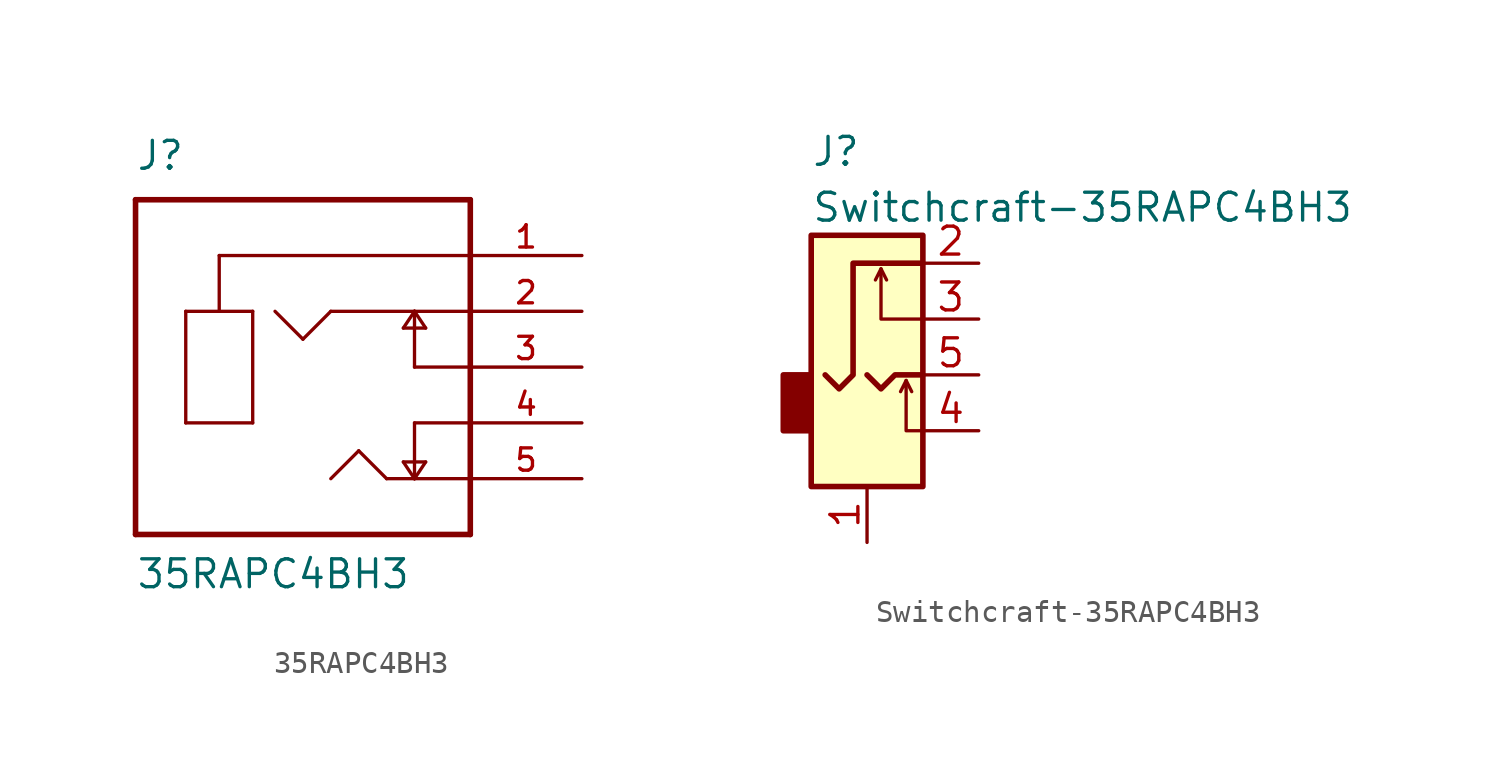
<source format=kicad_sym>
(kicad_symbol_lib
  (version 20211014)
  (generator kicad_symbol_editor)
  (symbol "35RAPC4BH3"
    (pin_names
      (offset 1.016) hide)
    (property "Reference" "J"
      (at -7.62 8.89 0)
      (effects (font (size 1.27 1.27)) (justify left bottom)))
    (property "Value" "35RAPC4BH3"
      (at -7.62 -10.16 0)
      (effects (font (size 1.27 1.27)) (justify left bottom)))
    (property "ki_locked" ""
      (at 0 0 0)
      (effects (font (size 1.27 1.27))))
    (symbol "35RAPC4BH3_0_0"
      (polyline (pts (xy -7.62 -7.62) (xy -7.62 7.62)) (stroke (width 0.254) (type default) (color 0 0 0 0)) (fill (type none)))
      (polyline (pts (xy -7.62 7.62) (xy 7.62 7.62)) (stroke (width 0.254) (type default) (color 0 0 0 0)) (fill (type none)))
      (polyline (pts (xy -5.334 -2.54) (xy -2.286 -2.54)) (stroke (width 0.152) (type default) (color 0 0 0 0)) (fill (type none)))
      (polyline (pts (xy -5.334 2.54) (xy -5.334 -2.54)) (stroke (width 0.152) (type default) (color 0 0 0 0)) (fill (type none)))
      (polyline (pts (xy -3.81 2.54) (xy -5.334 2.54)) (stroke (width 0.152) (type default) (color 0 0 0 0)) (fill (type none)))
      (polyline (pts (xy -3.81 5.08) (xy -3.81 2.54)) (stroke (width 0.152) (type default) (color 0 0 0 0)) (fill (type none)))
      (polyline (pts (xy -2.286 -2.54) (xy -2.286 2.54)) (stroke (width 0.152) (type default) (color 0 0 0 0)) (fill (type none)))
      (polyline (pts (xy -2.286 2.54) (xy -3.81 2.54)) (stroke (width 0.152) (type default) (color 0 0 0 0)) (fill (type none)))
      (polyline (pts (xy 0 1.27) (xy -1.27 2.54)) (stroke (width 0.152) (type default) (color 0 0 0 0)) (fill (type none)))
      (polyline (pts (xy 1.27 -5.08) (xy 2.54 -3.81)) (stroke (width 0.152) (type default) (color 0 0 0 0)) (fill (type none)))
      (polyline (pts (xy 1.27 2.54) (xy 0 1.27)) (stroke (width 0.152) (type default) (color 0 0 0 0)) (fill (type none)))
      (polyline (pts (xy 2.54 -3.81) (xy 3.81 -5.08)) (stroke (width 0.152) (type default) (color 0 0 0 0)) (fill (type none)))
      (polyline (pts (xy 3.81 -5.08) (xy 5.08 -5.08)) (stroke (width 0.152) (type default) (color 0 0 0 0)) (fill (type none)))
      (polyline (pts (xy 4.572 -4.318) (xy 5.08 -5.08)) (stroke (width 0.152) (type default) (color 0 0 0 0)) (fill (type none)))
      (polyline (pts (xy 4.572 1.778) (xy 5.08 1.778)) (stroke (width 0.152) (type default) (color 0 0 0 0)) (fill (type none)))
      (polyline (pts (xy 5.08 -5.08) (xy 5.08 -4.318)) (stroke (width 0.152) (type default) (color 0 0 0 0)) (fill (type none)))
      (polyline (pts (xy 5.08 -5.08) (xy 5.588 -4.318)) (stroke (width 0.152) (type default) (color 0 0 0 0)) (fill (type none)))
      (polyline (pts (xy 5.08 -5.08) (xy 7.62 -5.08)) (stroke (width 0.152) (type default) (color 0 0 0 0)) (fill (type none)))
      (polyline (pts (xy 5.08 -4.318) (xy 4.572 -4.318)) (stroke (width 0.152) (type default) (color 0 0 0 0)) (fill (type none)))
      (polyline (pts (xy 5.08 -4.318) (xy 5.08 -2.54)) (stroke (width 0.152) (type default) (color 0 0 0 0)) (fill (type none)))
      (polyline (pts (xy 5.08 -2.54) (xy 7.62 -2.54)) (stroke (width 0.152) (type default) (color 0 0 0 0)) (fill (type none)))
      (polyline (pts (xy 5.08 0) (xy 7.62 0)) (stroke (width 0.152) (type default) (color 0 0 0 0)) (fill (type none)))
      (polyline (pts (xy 5.08 1.778) (xy 5.08 0)) (stroke (width 0.152) (type default) (color 0 0 0 0)) (fill (type none)))
      (polyline (pts (xy 5.08 1.778) (xy 5.08 2.54)) (stroke (width 0.152) (type default) (color 0 0 0 0)) (fill (type none)))
      (polyline (pts (xy 5.08 1.778) (xy 5.588 1.778)) (stroke (width 0.152) (type default) (color 0 0 0 0)) (fill (type none)))
      (polyline (pts (xy 5.08 2.54) (xy 1.27 2.54)) (stroke (width 0.152) (type default) (color 0 0 0 0)) (fill (type none)))
      (polyline (pts (xy 5.08 2.54) (xy 4.572 1.778)) (stroke (width 0.152) (type default) (color 0 0 0 0)) (fill (type none)))
      (polyline (pts (xy 5.588 -4.318) (xy 5.08 -4.318)) (stroke (width 0.152) (type default) (color 0 0 0 0)) (fill (type none)))
      (polyline (pts (xy 5.588 1.778) (xy 5.08 2.54)) (stroke (width 0.152) (type default) (color 0 0 0 0)) (fill (type none)))
      (polyline (pts (xy 7.62 -7.62) (xy -7.62 -7.62)) (stroke (width 0.254) (type default) (color 0 0 0 0)) (fill (type none)))
      (polyline (pts (xy 7.62 -5.08) (xy 7.62 -7.62)) (stroke (width 0.254) (type default) (color 0 0 0 0)) (fill (type none)))
      (polyline (pts (xy 7.62 2.54) (xy 5.08 2.54)) (stroke (width 0.152) (type default) (color 0 0 0 0)) (fill (type none)))
      (polyline (pts (xy 7.62 5.08) (xy -3.81 5.08)) (stroke (width 0.152) (type default) (color 0 0 0 0)) (fill (type none)))
      (polyline (pts (xy 7.62 7.62) (xy 7.62 -5.08)) (stroke (width 0.254) (type default) (color 0 0 0 0)) (fill (type none)))
      (pin passive line (at 12.7 5.08 180) (length 5.08) (name "1" (effects (font (size 1.016 1.016)))) (number "1" (effects (font (size 1.016 1.016)))))
      (pin passive line (at 12.7 2.54 180) (length 5.08) (name "2" (effects (font (size 1.016 1.016)))) (number "2" (effects (font (size 1.016 1.016)))))
      (pin passive line (at 12.7 0 180) (length 5.08) (name "3" (effects (font (size 1.016 1.016)))) (number "3" (effects (font (size 1.016 1.016)))))
      (pin passive line (at 12.7 -2.54 180) (length 5.08) (name "4" (effects (font (size 1.016 1.016)))) (number "4" (effects (font (size 1.016 1.016)))))
      (pin passive line (at 12.7 -5.08 180) (length 5.08) (name "5" (effects (font (size 1.016 1.016)))) (number "5" (effects (font (size 1.016 1.016)))))))
  (symbol "Switchcraft-35RAPC4BH3"
    (pin_names
      (offset 0.025) hide)
    (property "Reference" "J"
      (at -2.54 11.43 0)
      (effects (font (size 1.27 1.27)) (justify left)))
    (property "Value" "Switchcraft-35RAPC4BH3"
      (at -2.54 8.89 0)
      (effects (font (size 1.27 1.27)) (justify left)))
    (symbol "Switchcraft-35RAPC4BH3_0_0"
      (pin passive line (at 5.08 6.35 180) (length 2.54) (name "2" (effects (font (size 1.27 1.27)))) (number "2" (effects (font (size 1.27 1.27))))))
    (symbol "Switchcraft-35RAPC4BH3_1_1"
      (rectangle (start -2.54 -1.27) (end -3.81 1.27) (stroke (width 0.254) (type default) (color 0 0 0 0)) (fill (type outline)))
      (polyline (pts (xy 0.635 6.096) (xy 0.889 5.588)) (stroke (width 0) (type default) (color 0 0 0 0)) (fill (type none)))
      (polyline (pts (xy 1.778 1.016) (xy 2.032 0.508)) (stroke (width 0) (type default) (color 0 0 0 0)) (fill (type none)))
      (polyline (pts (xy 0 1.27) (xy 0.635 0.635) (xy 1.27 1.27) (xy 2.54 1.27)) (stroke (width 0.254) (type default) (color 0 0 0 0)) (fill (type none)))
      (polyline (pts (xy 2.54 -1.27) (xy 1.778 -1.27) (xy 1.778 1.016) (xy 1.524 0.508)) (stroke (width 0) (type default) (color 0 0 0 0)) (fill (type none)))
      (polyline (pts (xy 2.54 3.81) (xy 0.635 3.81) (xy 0.635 6.096) (xy 0.381 5.588)) (stroke (width 0) (type default) (color 0 0 0 0)) (fill (type none)))
      (polyline (pts (xy 2.54 6.35) (xy -0.635 6.35) (xy -0.635 1.27) (xy -1.27 0.635) (xy -1.905 1.27)) (stroke (width 0.254) (type default) (color 0 0 0 0)) (fill (type none)))
      (rectangle (start 2.54 7.62) (end -2.54 -3.81) (stroke (width 0.254) (type default) (color 0 0 0 0)) (fill (type background)))
      (pin passive line (at 0 -6.35 90) (length 2.54) (name "1" (effects (font (size 1.27 1.27)))) (number "1" (effects (font (size 1.27 1.27)))))
      (pin passive line (at 5.08 3.81 180) (length 2.54) (name "3" (effects (font (size 1.27 1.27)))) (number "3" (effects (font (size 1.27 1.27)))))
      (pin passive line (at 5.08 -1.27 180) (length 2.54) (name "4" (effects (font (size 1.27 1.27)))) (number "4" (effects (font (size 1.27 1.27)))))
      (pin passive line (at 5.08 1.27 180) (length 2.54) (name "5" (effects (font (size 1.27 1.27)))) (number "5" (effects (font (size 1.27 1.27))))))))
</source>
